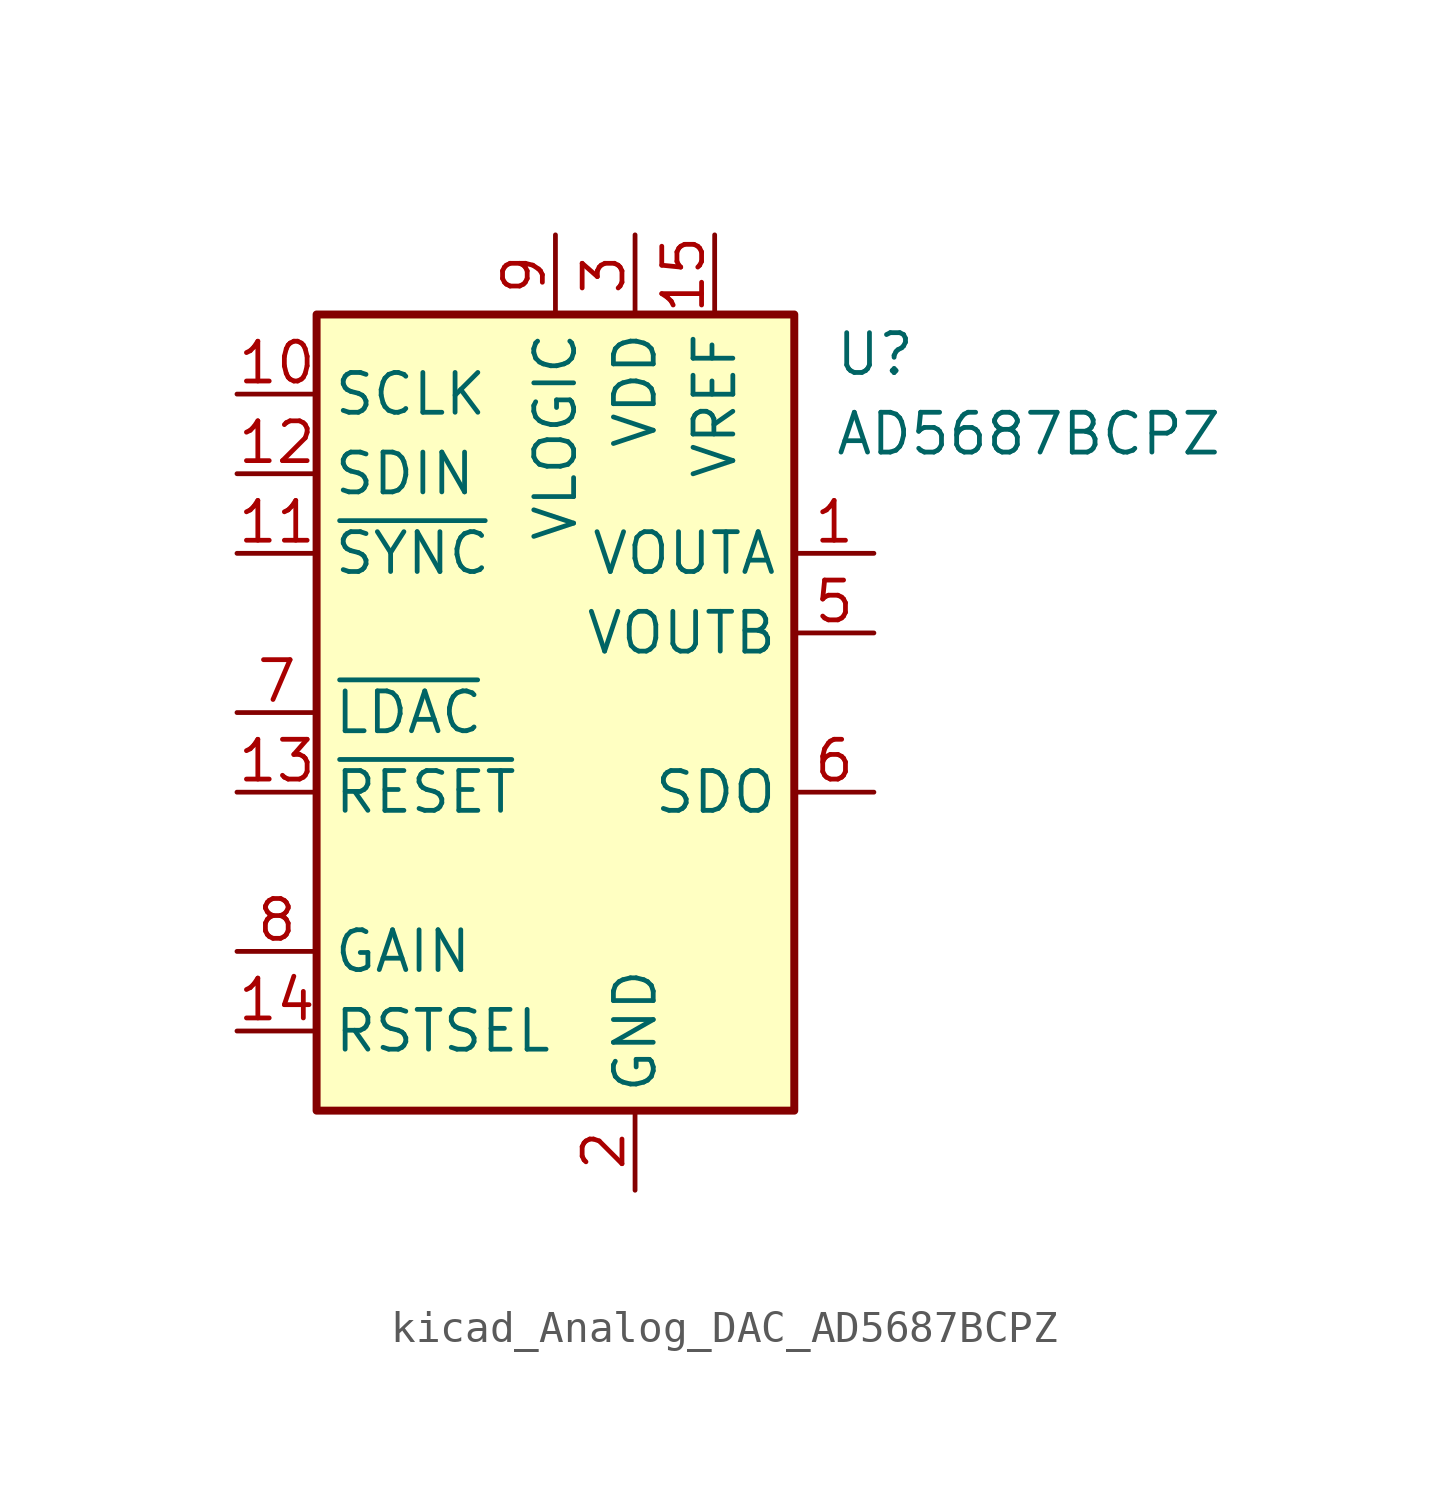
<source format=kicad_sym>
(kicad_symbol_lib
  (version 20220914)
  (generator kicad_symbol_editor)
  (symbol "kicad_Analog_DAC_AD5687BCPZ"
    (property "Reference" "U"
      (at 8.89 11.43 0)
      (effects (font (size 1.27 1.27)) (justify left)))
    (property "Value" "AD5687BCPZ"
      (at 8.89 8.89 0)
      (effects (font (size 1.27 1.27)) (justify left)))
    (symbol "kicad_Analog_DAC_AD5687BCPZ_0_1"
      (rectangle (start -7.62 12.7) (end 7.62 -12.7) (stroke (width 0.254) (type default)) (fill (type background))))
    (symbol "kicad_Analog_DAC_AD5687BCPZ_1_1"
      (pin output line (at 10.16 5.08 180) (length 2.54) (name "VOUTA" (effects (font (size 1.27 1.27)))) (number "1" (effects (font (size 1.27 1.27)))))
      (pin input line (at -10.16 10.16 0) (length 2.54) (name "SCLK" (effects (font (size 1.27 1.27)))) (number "10" (effects (font (size 1.27 1.27)))))
      (pin input line (at -10.16 5.08 0) (length 2.54) (name "~{SYNC}" (effects (font (size 1.27 1.27)))) (number "11" (effects (font (size 1.27 1.27)))))
      (pin input line (at -10.16 7.62 0) (length 2.54) (name "SDIN" (effects (font (size 1.27 1.27)))) (number "12" (effects (font (size 1.27 1.27)))))
      (pin input line (at -10.16 -2.54 0) (length 2.54) (name "~{RESET}" (effects (font (size 1.27 1.27)))) (number "13" (effects (font (size 1.27 1.27)))))
      (pin input line (at -10.16 -10.16 0) (length 2.54) (name "RSTSEL" (effects (font (size 1.27 1.27)))) (number "14" (effects (font (size 1.27 1.27)))))
      (pin power_in line (at 5.08 15.24 270) (length 2.54) (name "VREF" (effects (font (size 1.27 1.27)))) (number "15" (effects (font (size 1.27 1.27)))))
      (pin no_connect line (at 7.62 -5.08 180) (length 2.54) hide (name "NC" (effects (font (size 1.27 1.27)))) (number "16" (effects (font (size 1.27 1.27)))))
      (pin passive line (at 2.54 -15.24 90) (length 2.54) hide (name "GND" (effects (font (size 1.27 1.27)))) (number "17" (effects (font (size 1.27 1.27)))))
      (pin power_in line (at 2.54 -15.24 90) (length 2.54) (name "GND" (effects (font (size 1.27 1.27)))) (number "2" (effects (font (size 1.27 1.27)))))
      (pin power_in line (at 2.54 15.24 270) (length 2.54) (name "VDD" (effects (font (size 1.27 1.27)))) (number "3" (effects (font (size 1.27 1.27)))))
      (pin no_connect line (at 7.62 -7.62 180) (length 2.54) hide (name "NC" (effects (font (size 1.27 1.27)))) (number "4" (effects (font (size 1.27 1.27)))))
      (pin output line (at 10.16 2.54 180) (length 2.54) (name "VOUTB" (effects (font (size 1.27 1.27)))) (number "5" (effects (font (size 1.27 1.27)))))
      (pin output line (at 10.16 -2.54 180) (length 2.54) (name "SDO" (effects (font (size 1.27 1.27)))) (number "6" (effects (font (size 1.27 1.27)))))
      (pin input line (at -10.16 0 0) (length 2.54) (name "~{LDAC}" (effects (font (size 1.27 1.27)))) (number "7" (effects (font (size 1.27 1.27)))))
      (pin input line (at -10.16 -7.62 0) (length 2.54) (name "GAIN" (effects (font (size 1.27 1.27)))) (number "8" (effects (font (size 1.27 1.27)))))
      (pin power_in line (at 0 15.24 270) (length 2.54) (name "VLOGIC" (effects (font (size 1.27 1.27)))) (number "9" (effects (font (size 1.27 1.27))))))))
</source>
